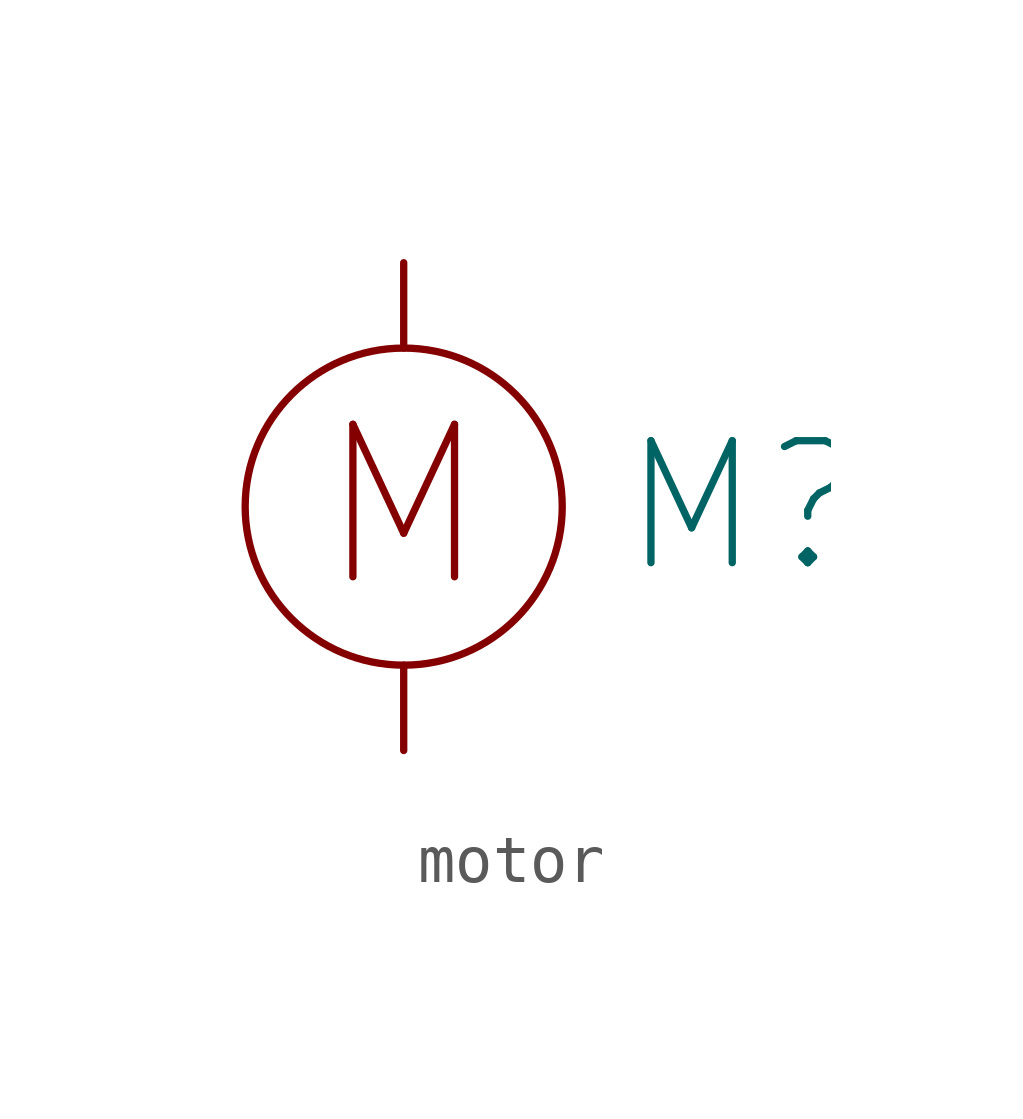
<source format=kicad_sym>
(kicad_symbol_lib
  (version 20220914)
  (generator kicad_symbol_editor)
  (symbol "motor"
    (pin_names
      (offset 1.016))
    (property "Reference" "M"
      (at 4.445 -5.08 0)
      (effects (font (size 2.54 2.54)) (justify left)))
    (symbol "motor_0_0"
      (text "M" (at 0 -5.08 0) (effects (font (size 3.175 3.175)))))
    (symbol "motor_0_1"
      (circle (center 0 -5.08) (radius 3.302) (stroke (width 0) (type default)) (fill (type none))))
    (symbol "motor_1_1"
      (pin input line (at 0 -10.16 90) (length 1.778) (name "" (effects (font (size 1.27 1.27)))) (number "" (effects (font (size 1.143 1.143)))))
      (pin input line (at 0 0 270) (length 1.778) (name "" (effects (font (size 1.27 1.27)))) (number "" (effects (font (size 1.143 1.143))))))))
</source>
